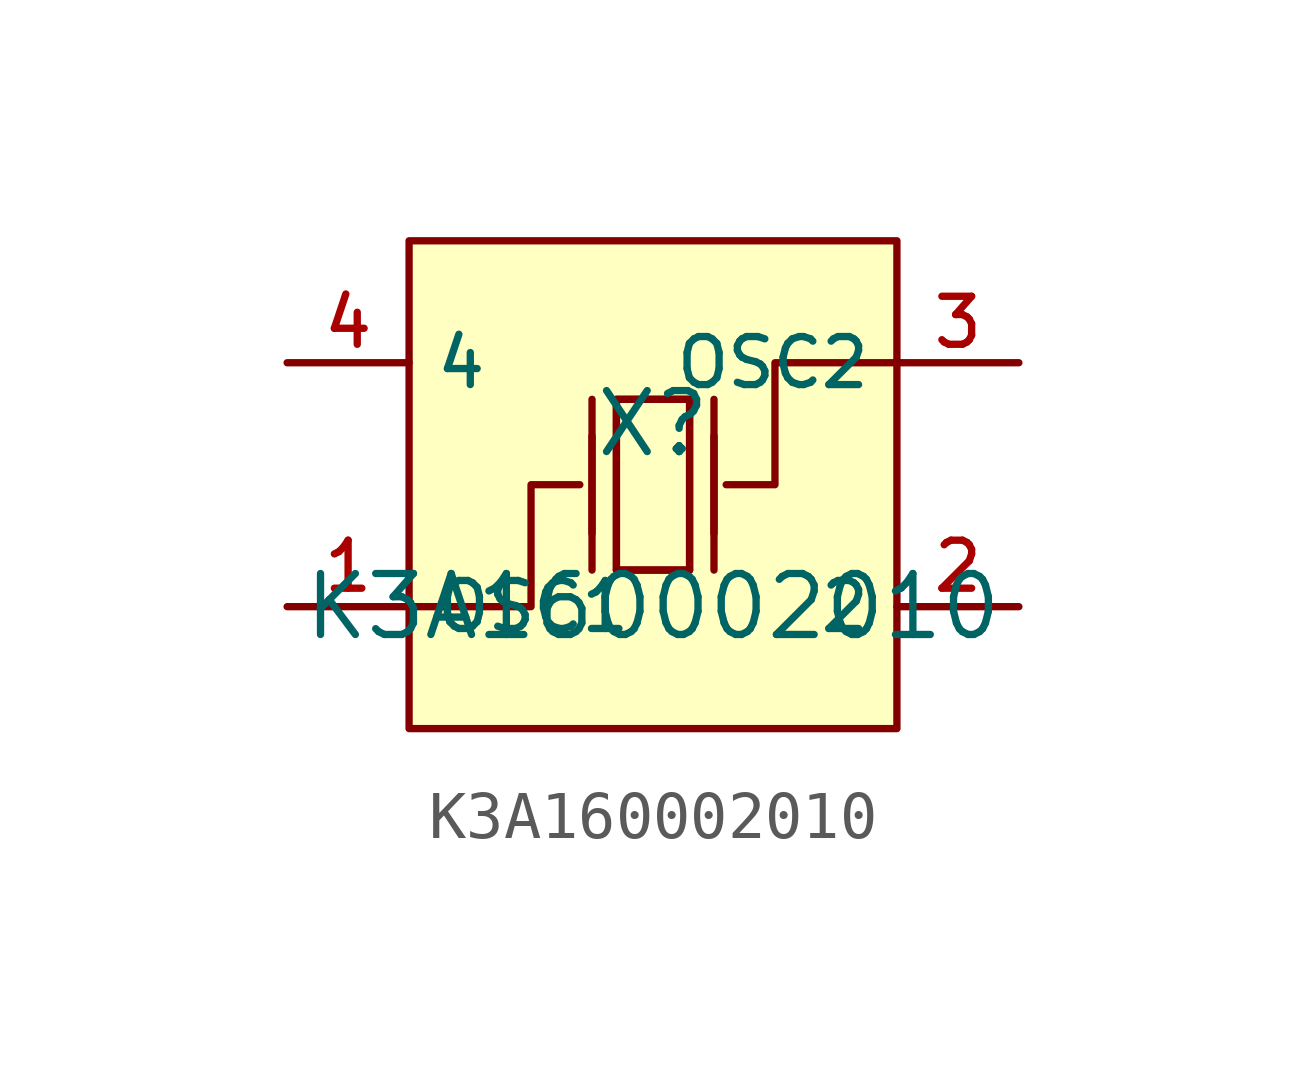
<source format=kicad_sym>
(kicad_symbol_lib
  (version 20210201)
  (generator TousstNicolas/JLC2KiCad_lib)
  (symbol "K3A160002010"
    (property "Reference" "X"
      (at 0 1.27 0)
      (effects (font (size 1.27 1.27))))
    (property "Value" "K3A160002010"
      (at 0 -2.54 0)
      (effects (font (size 1.27 1.27))))
    (symbol "K3A160002010_0_1"
      (polyline (pts (xy -1.27 -1.016) (xy -1.27 1.016)) (stroke (width 0) (type default) (color 0 0 0 0)) (fill (type none)))
      (polyline (pts (xy 0.762 -1.778) (xy -0.762 -1.778)) (stroke (width 0) (type default) (color 0 0 0 0)) (fill (type none)))
      (polyline (pts (xy 1.27 -1.016) (xy 1.27 1.016)) (stroke (width 0) (type default) (color 0 0 0 0)) (fill (type none)))
      (polyline (pts (xy -0.762 -1.778) (xy -0.762 1.778) (xy 0.762 1.778) (xy 0.762 -1.778)) (stroke (width 0) (type default) (color 0 0 0 0)) (fill (type none)))
      (polyline (pts (xy 5.08 2.54) (xy 2.54 2.54) (xy 2.54 -0.0) (xy 1.524 -0.0)) (stroke (width 0) (type default) (color 0 0 0 0)) (fill (type none)))
      (polyline (pts (xy -5.08 -2.54) (xy -2.54 -2.54) (xy -2.54 -0.0) (xy -1.524 -0.0)) (stroke (width 0) (type default) (color 0 0 0 0)) (fill (type none)))
      (polyline (pts (xy 1.27 -1.778) (xy 1.27 1.778)) (stroke (width 0) (type default) (color 0 0 0 0)) (fill (type none)))
      (polyline (pts (xy -1.27 -1.778) (xy -1.27 1.778)) (stroke (width 0) (type default) (color 0 0 0 0)) (fill (type none)))
      (polyline (pts (xy 0.762 1.778) (xy 0.762 -1.778) (xy -0.762 -1.778) (xy -0.762 1.778) (xy 0.762 1.778)) (stroke (width 0) (type default) (color 0 0 0 0)) (fill (type none)))
      (pin unspecified line (at -7.62 2.54 0) (length 2.54) (name "4" (effects (font (size 1 1)))) (number "4" (effects (font (size 1 1)))))
      (pin unspecified line (at 7.62 -2.54 180) (length 2.54) (name "2" (effects (font (size 1 1)))) (number "2" (effects (font (size 1 1)))))
      (rectangle (start -5.08 5.08) (end 5.08 -5.08) (stroke (width 0) (type default) (color 0 0 0 0)) (fill (type background)))
      (pin unspecified line (at -7.62 -2.54 0) (length 2.54) (name "OSC1" (effects (font (size 1 1)))) (number "1" (effects (font (size 1 1)))))
      (pin unspecified line (at 7.62 2.54 180) (length 2.54) (name "OSC2" (effects (font (size 1 1)))) (number "3" (effects (font (size 1 1))))))))
</source>
